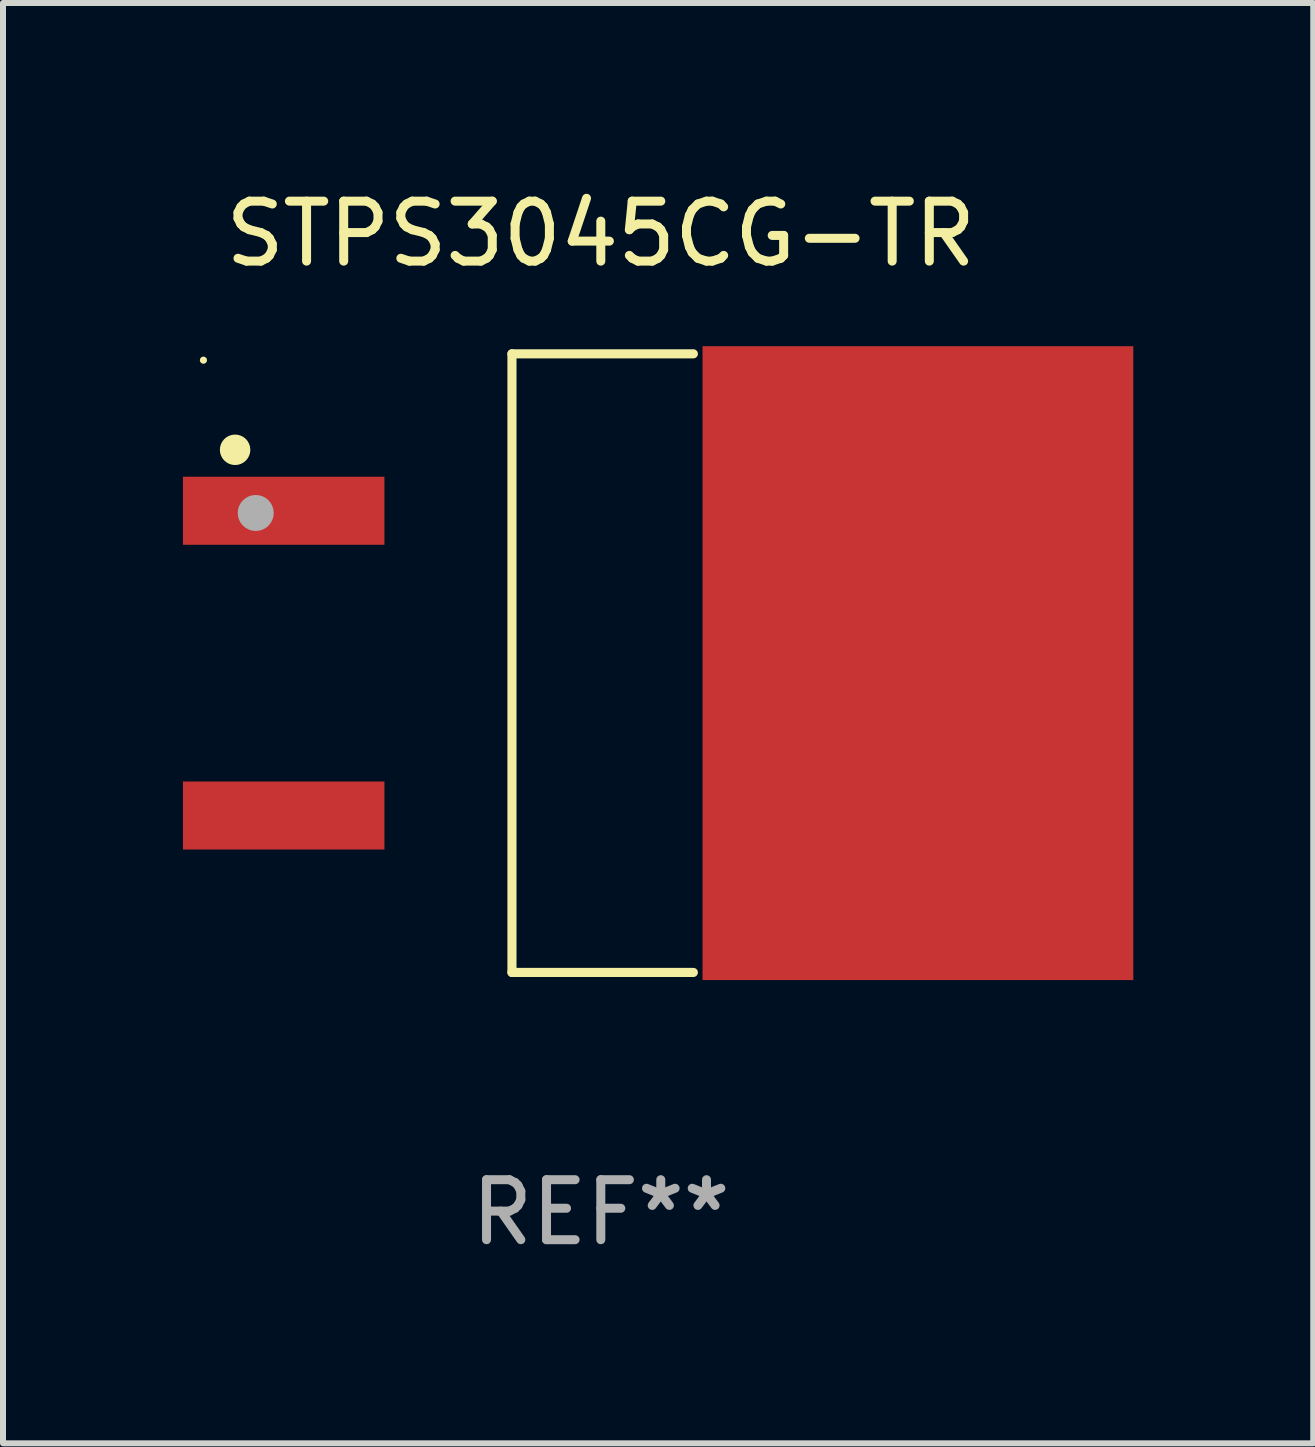
<source format=kicad_pcb>
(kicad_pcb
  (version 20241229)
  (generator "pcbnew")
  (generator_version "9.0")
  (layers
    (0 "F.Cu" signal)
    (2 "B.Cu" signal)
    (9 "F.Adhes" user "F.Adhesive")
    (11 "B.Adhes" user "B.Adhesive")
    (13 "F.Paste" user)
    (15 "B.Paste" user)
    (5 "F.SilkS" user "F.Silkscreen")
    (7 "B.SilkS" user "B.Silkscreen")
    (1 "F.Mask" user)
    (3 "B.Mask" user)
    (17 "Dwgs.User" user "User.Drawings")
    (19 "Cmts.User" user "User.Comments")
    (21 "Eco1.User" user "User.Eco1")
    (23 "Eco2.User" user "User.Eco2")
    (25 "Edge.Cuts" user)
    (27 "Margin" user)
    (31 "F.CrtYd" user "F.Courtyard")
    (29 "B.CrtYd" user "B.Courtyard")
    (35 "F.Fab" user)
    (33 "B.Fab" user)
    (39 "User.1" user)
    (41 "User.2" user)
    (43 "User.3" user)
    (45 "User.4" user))
  (footprint "STPS3045CG-TR"
    (layer "F.Cu")
    (at 6.965 8.004)
    (property "Reference" "STPS3045CG-TR" (at 0 -7.156 0) (layer "F.SilkS") (effects (font (size 1 1) (thickness 0.15))))
    (attr through_hole)
    (fp_line (start -1.481 -5.156) (end -1.481 5.156) (stroke (width 0.152) (type solid)) (layer "F.SilkS"))
    (fp_line (start 1.543 -5.156) (end -1.481 -5.156) (stroke (width 0.152) (type solid)) (layer "F.SilkS"))
    (fp_line (start 1.543 5.156) (end -1.481 5.156) (stroke (width 0.152) (type solid)) (layer "F.SilkS"))
    (fp_circle (center -6.624 -5.05) (end -6.594 -5.05) (stroke (width 0.06) (type solid)) (fill no) (layer "F.SilkS"))
    (fp_circle (center -6.096 -3.556) (end -5.969 -3.556) (stroke (width 0.254) (type solid)) (fill no) (layer "F.SilkS"))
    (fp_circle (center -5.752 -2.503) (end -5.602 -2.503) (stroke (width 0.3) (type solid)) (fill no) (layer "F.Fab"))
    (fp_text user "REF**" (at 0 9.156 0) (layer "F.Fab") (effects (font (size 1 1) (thickness 0.15))))
    (pad "1" smd rect (at -5.286 -2.54) (size 3.359 1.134) (layers "F.Cu" "F.Mask" "F.Paste"))
    (pad "3" smd rect (at -5.286 2.54) (size 3.359 1.134) (layers "F.Cu" "F.Mask" "F.Paste"))
    (pad "4" smd rect (at 5.286 0) (size 7.181 10.566) (layers "F.Cu" "F.Mask" "F.Paste")))
  (gr_rect
    (start -3 -3)
    (end 18.841 21.009)
    (stroke (width 0.1) (type default))
    (fill no)
    (layer "Edge.Cuts")))
</source>
